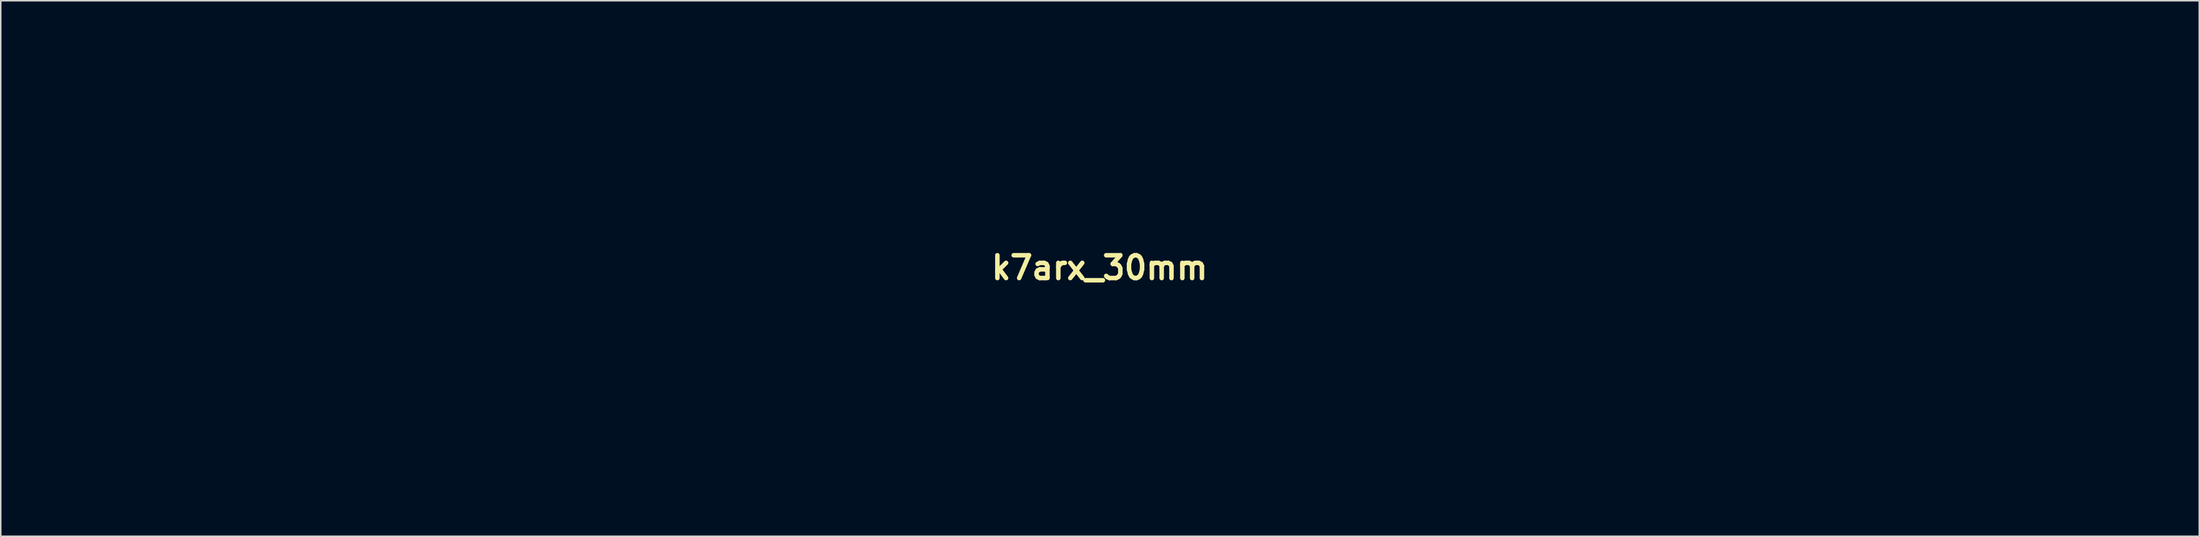
<source format=kicad_pcb>
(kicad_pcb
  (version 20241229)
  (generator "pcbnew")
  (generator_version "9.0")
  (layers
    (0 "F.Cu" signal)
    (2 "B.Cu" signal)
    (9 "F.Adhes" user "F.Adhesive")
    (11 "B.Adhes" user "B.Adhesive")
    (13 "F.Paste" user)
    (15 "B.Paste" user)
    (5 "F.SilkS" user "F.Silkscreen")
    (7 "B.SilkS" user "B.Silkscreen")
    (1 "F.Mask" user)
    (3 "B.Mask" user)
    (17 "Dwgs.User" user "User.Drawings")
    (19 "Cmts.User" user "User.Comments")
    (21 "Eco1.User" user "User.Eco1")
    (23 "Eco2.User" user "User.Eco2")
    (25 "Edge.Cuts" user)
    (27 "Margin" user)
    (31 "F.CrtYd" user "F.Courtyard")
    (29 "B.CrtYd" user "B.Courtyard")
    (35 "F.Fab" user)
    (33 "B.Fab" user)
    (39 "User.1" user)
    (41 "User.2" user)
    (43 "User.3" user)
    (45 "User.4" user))
  (footprint "k7arx_30mm"
    (layer "F.Cu")
    (at 70.295 14.835)
    (property "Reference" "k7arx_30mm" (at 0 0 0) (layer "F.SilkS") (effects (font (size 1.524 1.524) (thickness 0.3))))
    (attr through_hole)
    (fp_poly (pts (xy -38.474 -14.572) (xy -38.355 -14.564) (xy -38.19 -14.552) (xy -37.986 -14.536) (xy -37.752 -14.518) (xy -37.493 -14.496) (xy -37.216 -14.472) (xy -37.033 -14.456) (xy -36.46 -14.406) (xy -35.929 -14.361) (xy -35.433 -14.322) (xy -34.965 -14.288) (xy -34.515 -14.259) (xy -34.077 -14.234) (xy -33.644 -14.213) (xy -33.208 -14.195) (xy -32.761 -14.181) (xy -32.296 -14.171) (xy -31.805 -14.163) (xy -31.281 -14.157) (xy -30.716 -14.154) (xy -30.103 -14.152) (xy -29.748 -14.152) (xy -29.031 -14.153) (xy -28.366 -14.157) (xy -27.747 -14.163) (xy -27.165 -14.172) (xy -26.613 -14.184) (xy -26.084 -14.199) (xy -25.571 -14.217) (xy -25.065 -14.24) (xy -24.56 -14.266) (xy -24.049 -14.297) (xy -23.523 -14.332) (xy -23.036 -14.367) (xy -22.771 -14.386) (xy -22.523 -14.403) (xy -22.298 -14.417) (xy -22.103 -14.428) (xy -21.946 -14.435) (xy -21.833 -14.439) (xy -21.77 -14.438) (xy -21.762 -14.437) (xy -21.647 -14.376) (xy -21.52 -14.262) (xy -21.388 -14.101) (xy -21.252 -13.898) (xy -21.119 -13.657) (xy -21.105 -13.63) (xy -21.016 -13.439) (xy -20.926 -13.222) (xy -20.838 -12.988) (xy -20.756 -12.749) (xy -20.682 -12.515) (xy -20.621 -12.296) (xy -20.575 -12.104) (xy -20.548 -11.948) (xy -20.542 -11.867) (xy -20.55 -11.781) (xy -20.578 -11.694) (xy -20.631 -11.597) (xy -20.713 -11.484) (xy -20.829 -11.347) (xy -20.984 -11.178) (xy -21.011 -11.149) (xy -21.317 -10.824) (xy -21.591 -10.528) (xy -21.842 -10.251) (xy -22.083 -9.979) (xy -22.298 -9.731) (xy -23.155 -8.691) (xy -23.976 -7.614) (xy -24.757 -6.505) (xy -25.495 -5.368) (xy -26.189 -4.208) (xy -26.835 -3.029) (xy -27.43 -1.836) (xy -27.973 -0.633) (xy -28.46 0.575) (xy -28.768 1.424) (xy -29.1 2.439) (xy -29.39 3.436) (xy -29.639 4.429) (xy -29.852 5.429) (xy -30.03 6.448) (xy -30.175 7.498) (xy -30.278 8.457) (xy -30.291 8.631) (xy -30.303 8.851) (xy -30.313 9.11) (xy -30.321 9.398) (xy -30.327 9.708) (xy -30.332 10.032) (xy -30.334 10.362) (xy -30.335 10.691) (xy -30.334 11.009) (xy -30.331 11.31) (xy -30.326 11.584) (xy -30.318 11.825) (xy -30.309 12.024) (xy -30.298 12.174) (xy -30.294 12.205) (xy -30.257 12.476) (xy -30.208 12.765) (xy -30.152 13.057) (xy -30.092 13.337) (xy -30.03 13.589) (xy -29.97 13.797) (xy -29.969 13.802) (xy -29.905 14.028) (xy -29.862 14.233) (xy -29.847 14.364) (xy -29.841 14.486) (xy -29.846 14.567) (xy -29.865 14.628) (xy -29.9 14.688) (xy -29.903 14.693) (xy -29.978 14.778) (xy -30.067 14.851) (xy -30.078 14.858) (xy -30.096 14.868) (xy -30.117 14.877) (xy -30.143 14.884) (xy -30.178 14.891) (xy -30.226 14.897) (xy -30.291 14.902) (xy -30.377 14.907) (xy -30.485 14.91) (xy -30.622 14.913) (xy -30.789 14.916) (xy -30.991 14.918) (xy -31.231 14.919) (xy -31.513 14.92) (xy -31.84 14.921) (xy -32.216 14.922) (xy -32.645 14.923) (xy -33.13 14.924) (xy -33.152 14.924) (xy -33.571 14.924) (xy -33.974 14.924) (xy -34.357 14.924) (xy -34.716 14.923) (xy -35.047 14.922) (xy -35.345 14.92) (xy -35.606 14.918) (xy -35.826 14.916) (xy -36.002 14.913) (xy -36.128 14.911) (xy -36.2 14.908) (xy -36.215 14.906) (xy -36.359 14.844) (xy -36.494 14.74) (xy -36.605 14.608) (xy -36.673 14.466) (xy -36.674 14.461) (xy -36.691 14.359) (xy -36.701 14.199) (xy -36.704 13.981) (xy -36.7 13.706) (xy -36.69 13.374) (xy -36.675 13.03) (xy -36.586 11.774) (xy -36.44 10.502) (xy -36.237 9.215) (xy -35.977 7.913) (xy -35.661 6.598) (xy -35.288 5.269) (xy -34.86 3.929) (xy -34.375 2.577) (xy -33.836 1.214) (xy -33.24 -0.157) (xy -32.59 -1.538) (xy -31.886 -2.927) (xy -31.624 -3.419) (xy -31.223 -4.148) (xy -30.799 -4.888) (xy -30.358 -5.631) (xy -29.905 -6.366) (xy -29.447 -7.085) (xy -28.99 -7.778) (xy -28.54 -8.435) (xy -28.102 -9.048) (xy -27.982 -9.211) (xy -27.916 -9.304) (xy -27.87 -9.379) (xy -27.85 -9.423) (xy -27.851 -9.428) (xy -27.884 -9.432) (xy -27.972 -9.435) (xy -28.112 -9.437) (xy -28.3 -9.439) (xy -28.53 -9.441) (xy -28.799 -9.443) (xy -29.104 -9.444) (xy -29.438 -9.445) (xy -29.799 -9.446) (xy -30.182 -9.446) (xy -30.583 -9.446) (xy -30.998 -9.446) (xy -31.422 -9.446) (xy -31.852 -9.445) (xy -32.282 -9.445) (xy -32.71 -9.444) (xy -33.13 -9.442) (xy -33.539 -9.441) (xy -33.932 -9.439) (xy -34.304 -9.437) (xy -34.653 -9.435) (xy -34.974 -9.433) (xy -35.261 -9.43) (xy -35.512 -9.427) (xy -35.722 -9.424) (xy -35.887 -9.421) (xy -36.003 -9.418) (xy -36.046 -9.416) (xy -36.749 -9.354) (xy -37.41 -9.255) (xy -38.038 -9.117) (xy -38.639 -8.94) (xy -38.902 -8.846) (xy -39.035 -8.793) (xy -39.208 -8.721) (xy -39.405 -8.634) (xy -39.612 -8.541) (xy -39.814 -8.447) (xy -39.839 -8.435) (xy -40.096 -8.314) (xy -40.305 -8.217) (xy -40.475 -8.143) (xy -40.612 -8.087) (xy -40.723 -8.049) (xy -40.815 -8.024) (xy -40.894 -8.011) (xy -40.968 -8.007) (xy -40.975 -8.007) (xy -41.197 -8.028) (xy -41.388 -8.088) (xy -41.544 -8.184) (xy -41.659 -8.31) (xy -41.727 -8.462) (xy -41.743 -8.596) (xy -41.729 -8.762) (xy -41.688 -8.976) (xy -41.622 -9.23) (xy -41.534 -9.519) (xy -41.426 -9.837) (xy -41.301 -10.179) (xy -41.162 -10.539) (xy -41.01 -10.91) (xy -40.848 -11.288) (xy -40.678 -11.666) (xy -40.504 -12.04) (xy -40.326 -12.402) (xy -40.149 -12.747) (xy -39.973 -13.07) (xy -39.802 -13.364) (xy -39.639 -13.624) (xy -39.614 -13.661) (xy -39.433 -13.921) (xy -39.271 -14.131) (xy -39.125 -14.295) (xy -38.988 -14.417) (xy -38.856 -14.501) (xy -38.724 -14.552) (xy -38.587 -14.573) (xy -38.541 -14.574) (xy -38.474 -14.572)) (stroke (width 0.01) (type solid)) (fill yes) (layer "F.Mask"))
    (fp_poly (pts (xy -66.937 -14.349) (xy -66.576 -14.349) (xy -66.266 -14.348) (xy -66.003 -14.347) (xy -65.782 -14.345) (xy -65.6 -14.343) (xy -65.451 -14.34) (xy -65.332 -14.336) (xy -65.238 -14.331) (xy -65.164 -14.325) (xy -65.106 -14.318) (xy -65.061 -14.31) (xy -65.023 -14.301) (xy -65.009 -14.297) (xy -64.807 -14.211) (xy -64.646 -14.086) (xy -64.516 -13.916) (xy -64.475 -13.841) (xy -64.37 -13.635) (xy -64.373 -13.228) (xy -64.378 -13.045) (xy -64.388 -12.826) (xy -64.403 -12.597) (xy -64.42 -12.38) (xy -64.425 -12.325) (xy -64.457 -11.974) (xy -64.488 -11.596) (xy -64.517 -11.184) (xy -64.546 -10.736) (xy -64.574 -10.247) (xy -64.601 -9.712) (xy -64.628 -9.129) (xy -64.656 -8.491) (xy -64.67 -8.142) (xy -64.678 -7.916) (xy -64.687 -7.653) (xy -64.695 -7.356) (xy -64.703 -7.033) (xy -64.712 -6.687) (xy -64.72 -6.324) (xy -64.727 -5.95) (xy -64.735 -5.571) (xy -64.741 -5.19) (xy -64.748 -4.814) (xy -64.753 -4.448) (xy -64.758 -4.098) (xy -64.762 -3.769) (xy -64.765 -3.465) (xy -64.767 -3.193) (xy -64.768 -2.958) (xy -64.768 -2.765) (xy -64.766 -2.619) (xy -64.763 -2.527) (xy -64.762 -2.509) (xy -64.729 -2.313) (xy -64.67 -2.172) (xy -64.585 -2.084) (xy -64.474 -2.05) (xy -64.339 -2.071) (xy -64.179 -2.146) (xy -63.996 -2.276) (xy -63.995 -2.276) (xy -63.903 -2.352) (xy -63.774 -2.462) (xy -63.614 -2.601) (xy -63.429 -2.762) (xy -63.227 -2.939) (xy -63.015 -3.127) (xy -62.798 -3.319) (xy -62.584 -3.511) (xy -62.38 -3.694) (xy -62.192 -3.865) (xy -62.091 -3.957) (xy -61.621 -4.391) (xy -61.162 -4.819) (xy -60.712 -5.246) (xy -60.266 -5.674) (xy -59.822 -6.108) (xy -59.377 -6.549) (xy -58.926 -7.002) (xy -58.467 -7.47) (xy -57.996 -7.957) (xy -57.511 -8.466) (xy -57.007 -9) (xy -56.481 -9.563) (xy -55.931 -10.158) (xy -55.352 -10.788) (xy -54.742 -11.457) (xy -54.097 -12.169) (xy -54.038 -12.235) (xy -53.734 -12.571) (xy -53.467 -12.864) (xy -53.232 -13.119) (xy -53.026 -13.338) (xy -52.847 -13.524) (xy -52.689 -13.681) (xy -52.55 -13.811) (xy -52.425 -13.918) (xy -52.313 -14.004) (xy -52.208 -14.073) (xy -52.108 -14.127) (xy -52.009 -14.17) (xy -51.907 -14.204) (xy -51.799 -14.234) (xy -51.695 -14.258) (xy -51.653 -14.266) (xy -51.603 -14.273) (xy -51.542 -14.279) (xy -51.465 -14.285) (xy -51.37 -14.289) (xy -51.251 -14.293) (xy -51.107 -14.296) (xy -50.932 -14.298) (xy -50.722 -14.3) (xy -50.475 -14.3) (xy -50.186 -14.301) (xy -49.852 -14.301) (xy -49.468 -14.3) (xy -49.032 -14.299) (xy -48.626 -14.298) (xy -48.147 -14.296) (xy -47.725 -14.295) (xy -47.356 -14.293) (xy -47.035 -14.292) (xy -46.76 -14.29) (xy -46.526 -14.288) (xy -46.33 -14.285) (xy -46.169 -14.282) (xy -46.038 -14.279) (xy -45.935 -14.275) (xy -45.855 -14.27) (xy -45.794 -14.265) (xy -45.749 -14.258) (xy -45.717 -14.251) (xy -45.693 -14.243) (xy -45.678 -14.235) (xy -45.563 -14.141) (xy -45.49 -14.012) (xy -45.463 -13.859) (xy -45.483 -13.695) (xy -45.508 -13.621) (xy -45.542 -13.548) (xy -45.584 -13.474) (xy -45.638 -13.395) (xy -45.71 -13.306) (xy -45.801 -13.203) (xy -45.918 -13.081) (xy -46.063 -12.938) (xy -46.241 -12.767) (xy -46.455 -12.565) (xy -46.707 -12.331) (xy -47.5 -11.594) (xy -48.252 -10.893) (xy -48.967 -10.225) (xy -49.647 -9.587) (xy -50.298 -8.974) (xy -50.921 -8.384) (xy -51.522 -7.813) (xy -52.103 -7.257) (xy -52.669 -6.713) (xy -53.222 -6.178) (xy -53.767 -5.648) (xy -54.307 -5.119) (xy -54.846 -4.588) (xy -55.387 -4.052) (xy -55.934 -3.507) (xy -56.051 -3.391) (xy -56.331 -3.11) (xy -56.601 -2.839) (xy -56.857 -2.581) (xy -57.097 -2.338) (xy -57.317 -2.115) (xy -57.513 -1.914) (xy -57.683 -1.739) (xy -57.822 -1.594) (xy -57.928 -1.482) (xy -57.998 -1.406) (xy -58.024 -1.375) (xy -58.123 -1.229) (xy -58.177 -1.108) (xy -58.186 -1) (xy -58.148 -0.891) (xy -58.064 -0.767) (xy -58.003 -0.694) (xy -57.951 -0.633) (xy -57.865 -0.532) (xy -57.752 -0.399) (xy -57.616 -0.239) (xy -57.464 -0.06) (xy -57.3 0.133) (xy -57.148 0.312) (xy -56.666 0.881) (xy -56.194 1.436) (xy -55.734 1.974) (xy -55.289 2.494) (xy -54.862 2.991) (xy -54.455 3.464) (xy -54.071 3.909) (xy -53.712 4.322) (xy -53.381 4.702) (xy -53.08 5.045) (xy -52.812 5.349) (xy -52.579 5.61) (xy -52.54 5.653) (xy -51.696 6.578) (xy -50.875 7.452) (xy -50.076 8.278) (xy -49.295 9.058) (xy -48.528 9.795) (xy -47.775 10.491) (xy -47.031 11.151) (xy -46.294 11.775) (xy -45.687 12.267) (xy -45.593 12.342) (xy -45.464 12.445) (xy -45.314 12.564) (xy -45.155 12.69) (xy -45.04 12.782) (xy -44.796 12.984) (xy -44.576 13.18) (xy -44.386 13.365) (xy -44.234 13.532) (xy -44.124 13.675) (xy -44.098 13.717) (xy -44.009 13.913) (xy -43.961 14.12) (xy -43.958 14.318) (xy -43.962 14.347) (xy -44.009 14.532) (xy -44.086 14.675) (xy -44.203 14.789) (xy -44.323 14.863) (xy -44.341 14.872) (xy -44.364 14.88) (xy -44.394 14.887) (xy -44.436 14.893) (xy -44.492 14.898) (xy -44.566 14.903) (xy -44.661 14.907) (xy -44.781 14.91) (xy -44.929 14.913) (xy -45.109 14.916) (xy -45.323 14.918) (xy -45.576 14.92) (xy -45.87 14.922) (xy -46.21 14.923) (xy -46.597 14.924) (xy -47.037 14.926) (xy -47.531 14.927) (xy -47.756 14.928) (xy -48.364 14.929) (xy -48.912 14.929) (xy -49.401 14.929) (xy -49.833 14.928) (xy -50.208 14.927) (xy -50.527 14.924) (xy -50.79 14.921) (xy -50.999 14.917) (xy -51.154 14.913) (xy -51.256 14.908) (xy -51.295 14.904) (xy -51.446 14.869) (xy -51.61 14.815) (xy -51.717 14.769) (xy -51.856 14.688) (xy -52.002 14.576) (xy -52.159 14.426) (xy -52.332 14.235) (xy -52.525 13.998) (xy -52.659 13.823) (xy -53.057 13.299) (xy -53.465 12.77) (xy -53.885 12.234) (xy -54.319 11.688) (xy -54.771 11.129) (xy -55.241 10.554) (xy -55.733 9.961) (xy -56.249 9.347) (xy -56.791 8.708) (xy -57.362 8.044) (xy -57.963 7.349) (xy -58.597 6.623) (xy -59.267 5.862) (xy -59.974 5.062) (xy -60.609 4.348) (xy -60.894 4.03) (xy -61.142 3.753) (xy -61.356 3.515) (xy -61.541 3.312) (xy -61.698 3.142) (xy -61.831 3) (xy -61.943 2.883) (xy -62.038 2.789) (xy -62.118 2.713) (xy -62.186 2.654) (xy -62.246 2.606) (xy -62.3 2.568) (xy -62.3 2.568) (xy -62.369 2.526) (xy -62.431 2.499) (xy -62.493 2.492) (xy -62.562 2.507) (xy -62.645 2.547) (xy -62.749 2.616) (xy -62.88 2.716) (xy -63.047 2.849) (xy -63.156 2.939) (xy -63.471 3.2) (xy -63.74 3.431) (xy -63.969 3.636) (xy -64.159 3.82) (xy -64.316 3.986) (xy -64.442 4.141) (xy -64.541 4.289) (xy -64.616 4.433) (xy -64.672 4.579) (xy -64.712 4.732) (xy -64.74 4.896) (xy -64.749 4.978) (xy -64.756 5.092) (xy -64.76 5.262) (xy -64.76 5.483) (xy -64.756 5.75) (xy -64.75 6.058) (xy -64.741 6.404) (xy -64.729 6.783) (xy -64.715 7.191) (xy -64.698 7.622) (xy -64.68 8.073) (xy -64.659 8.538) (xy -64.636 9.014) (xy -64.612 9.495) (xy -64.587 9.978) (xy -64.56 10.458) (xy -64.532 10.93) (xy -64.503 11.391) (xy -64.49 11.59) (xy -64.46 12.043) (xy -64.434 12.44) (xy -64.412 12.785) (xy -64.395 13.084) (xy -64.382 13.339) (xy -64.373 13.556) (xy -64.369 13.738) (xy -64.369 13.89) (xy -64.374 14.016) (xy -64.383 14.12) (xy -64.397 14.206) (xy -64.415 14.279) (xy -64.438 14.343) (xy -64.465 14.402) (xy -64.497 14.46) (xy -64.514 14.488) (xy -64.633 14.636) (xy -64.799 14.764) (xy -64.997 14.864) (xy -65.044 14.881) (xy -65.092 14.887) (xy -65.193 14.893) (xy -65.343 14.898) (xy -65.535 14.903) (xy -65.763 14.908) (xy -66.021 14.912) (xy -66.304 14.916) (xy -66.605 14.919) (xy -66.918 14.921) (xy -67.238 14.923) (xy -67.559 14.925) (xy -67.873 14.925) (xy -68.177 14.925) (xy -68.463 14.924) (xy -68.726 14.923) (xy -68.959 14.921) (xy -69.158 14.918) (xy -69.315 14.914) (xy -69.425 14.909) (xy -69.476 14.904) (xy -69.71 14.841) (xy -69.913 14.73) (xy -70.08 14.575) (xy -70.204 14.38) (xy -70.236 14.307) (xy -70.257 14.247) (xy -70.273 14.189) (xy -70.283 14.124) (xy -70.289 14.042) (xy -70.29 13.932) (xy -70.288 13.786) (xy -70.284 13.592) (xy -70.282 13.525) (xy -70.274 13.293) (xy -70.262 13.024) (xy -70.248 12.74) (xy -70.233 12.464) (xy -70.219 12.235) (xy -70.188 11.749) (xy -70.158 11.209) (xy -70.127 10.623) (xy -70.097 9.995) (xy -70.068 9.334) (xy -70.04 8.645) (xy -70.013 7.936) (xy -69.987 7.211) (xy -69.963 6.479) (xy -69.941 5.745) (xy -69.92 5.016) (xy -69.903 4.299) (xy -69.887 3.6) (xy -69.875 2.924) (xy -69.87 2.624) (xy -69.854 0.812) (xy -69.857 -1.044) (xy -69.879 -2.933) (xy -69.92 -4.842) (xy -69.979 -6.76) (xy -70.056 -8.673) (xy -70.151 -10.571) (xy -70.221 -11.755) (xy -70.237 -12.039) (xy -70.252 -12.316) (xy -70.265 -12.58) (xy -70.275 -12.822) (xy -70.282 -13.032) (xy -70.286 -13.202) (xy -70.287 -13.322) (xy -70.286 -13.345) (xy -70.279 -13.503) (xy -70.269 -13.616) (xy -70.253 -13.702) (xy -70.228 -13.775) (xy -70.196 -13.841) (xy -70.065 -14.031) (xy -69.888 -14.182) (xy -69.704 -14.278) (xy -69.528 -14.349) (xy -67.353 -14.349) (xy -66.937 -14.349)) (stroke (width 0.01) (type solid)) (fill yes) (layer "F.Mask"))
    (fp_poly (pts (xy 22.533 -14.365) (xy 23.067 -14.365) (xy 23.593 -14.364) (xy 24.106 -14.363) (xy 24.603 -14.362) (xy 25.081 -14.361) (xy 25.537 -14.359) (xy 25.966 -14.357) (xy 26.366 -14.355) (xy 26.734 -14.353) (xy 27.065 -14.35) (xy 27.356 -14.347) (xy 27.604 -14.344) (xy 27.805 -14.341) (xy 27.956 -14.337) (xy 28.042 -14.334) (xy 28.58 -14.304) (xy 29.07 -14.268) (xy 29.524 -14.224) (xy 29.953 -14.173) (xy 30.369 -14.112) (xy 30.784 -14.039) (xy 30.903 -14.017) (xy 31.67 -13.845) (xy 32.39 -13.639) (xy 33.062 -13.397) (xy 33.686 -13.119) (xy 34.261 -12.806) (xy 34.789 -12.459) (xy 35.268 -12.075) (xy 35.699 -11.657) (xy 36.081 -11.204) (xy 36.415 -10.716) (xy 36.7 -10.194) (xy 36.79 -9.999) (xy 36.965 -9.553) (xy 37.116 -9.073) (xy 37.235 -8.581) (xy 37.288 -8.292) (xy 37.328 -8.034) (xy 37.358 -7.814) (xy 37.38 -7.614) (xy 37.395 -7.419) (xy 37.403 -7.211) (xy 37.408 -6.974) (xy 37.408 -6.732) (xy 37.396 -6.208) (xy 37.36 -5.726) (xy 37.296 -5.271) (xy 37.205 -4.831) (xy 37.082 -4.391) (xy 37.059 -4.318) (xy 36.837 -3.714) (xy 36.565 -3.127) (xy 36.239 -2.555) (xy 35.86 -1.995) (xy 35.425 -1.443) (xy 34.932 -0.898) (xy 34.757 -0.72) (xy 34.426 -0.398) (xy 34.084 -0.085) (xy 33.727 0.224) (xy 33.347 0.535) (xy 32.939 0.85) (xy 32.498 1.176) (xy 32.016 1.516) (xy 31.49 1.875) (xy 31.223 2.053) (xy 31.031 2.181) (xy 30.855 2.302) (xy 30.699 2.409) (xy 30.573 2.5) (xy 30.48 2.568) (xy 30.43 2.611) (xy 30.423 2.618) (xy 30.383 2.724) (xy 30.385 2.856) (xy 30.427 2.997) (xy 30.461 3.063) (xy 30.481 3.096) (xy 30.511 3.141) (xy 30.553 3.2) (xy 30.607 3.277) (xy 30.677 3.374) (xy 30.764 3.494) (xy 30.87 3.639) (xy 30.997 3.811) (xy 31.147 4.014) (xy 31.322 4.249) (xy 31.523 4.521) (xy 31.753 4.83) (xy 32.014 5.18) (xy 32.307 5.574) (xy 32.553 5.904) (xy 32.886 6.35) (xy 33.19 6.753) (xy 33.469 7.12) (xy 33.729 7.457) (xy 33.975 7.771) (xy 34.211 8.068) (xy 34.443 8.354) (xy 34.677 8.636) (xy 34.916 8.921) (xy 35.166 9.213) (xy 35.245 9.305) (xy 35.563 9.669) (xy 35.907 10.052) (xy 36.269 10.447) (xy 36.643 10.847) (xy 37.022 11.245) (xy 37.399 11.633) (xy 37.768 12.006) (xy 38.121 12.356) (xy 38.453 12.676) (xy 38.756 12.959) (xy 38.859 13.054) (xy 39.088 13.27) (xy 39.281 13.476) (xy 39.435 13.665) (xy 39.546 13.833) (xy 39.61 13.975) (xy 39.613 13.985) (xy 39.636 14.12) (xy 39.639 14.271) (xy 39.637 14.3) (xy 39.594 14.507) (xy 39.508 14.673) (xy 39.378 14.798) (xy 39.205 14.881) (xy 39.119 14.904) (xy 39.064 14.91) (xy 38.959 14.915) (xy 38.803 14.919) (xy 38.594 14.923) (xy 38.332 14.926) (xy 38.015 14.928) (xy 37.643 14.929) (xy 37.214 14.929) (xy 36.728 14.929) (xy 36.184 14.928) (xy 35.865 14.927) (xy 32.762 14.919) (xy 32.585 14.851) (xy 32.376 14.761) (xy 32.204 14.656) (xy 32.044 14.523) (xy 32.004 14.485) (xy 31.935 14.416) (xy 31.869 14.347) (xy 31.803 14.273) (xy 31.734 14.19) (xy 31.659 14.094) (xy 31.574 13.981) (xy 31.476 13.846) (xy 31.363 13.685) (xy 31.231 13.494) (xy 31.077 13.268) (xy 30.898 13.004) (xy 30.691 12.697) (xy 30.542 12.475) (xy 30.066 11.769) (xy 29.614 11.107) (xy 29.179 10.478) (xy 28.755 9.875) (xy 28.336 9.288) (xy 27.915 8.709) (xy 27.486 8.129) (xy 27.042 7.538) (xy 26.578 6.928) (xy 26.086 6.291) (xy 25.98 6.155) (xy 25.76 5.875) (xy 25.568 5.643) (xy 25.402 5.454) (xy 25.258 5.304) (xy 25.132 5.192) (xy 25.021 5.113) (xy 24.92 5.063) (xy 24.827 5.041) (xy 24.784 5.038) (xy 24.706 5.047) (xy 24.578 5.073) (xy 24.408 5.114) (xy 24.203 5.168) (xy 23.969 5.233) (xy 23.713 5.306) (xy 23.444 5.387) (xy 23.168 5.472) (xy 22.892 5.559) (xy 22.623 5.647) (xy 22.465 5.701) (xy 22.331 5.746) (xy 22.217 5.783) (xy 22.135 5.809) (xy 22.098 5.818) (xy 22.093 5.788) (xy 22.089 5.703) (xy 22.085 5.565) (xy 22.082 5.379) (xy 22.079 5.149) (xy 22.076 4.878) (xy 22.074 4.571) (xy 22.073 4.23) (xy 22.072 3.861) (xy 22.071 3.468) (xy 22.071 1.118) (xy 22.604 0.946) (xy 23.438 0.662) (xy 24.256 0.356) (xy 25.051 0.031) (xy 25.813 -0.309) (xy 26.535 -0.66) (xy 27.206 -1.018) (xy 27.304 -1.074) (xy 28.004 -1.494) (xy 28.649 -1.925) (xy 29.238 -2.368) (xy 29.771 -2.82) (xy 30.247 -3.282) (xy 30.665 -3.754) (xy 31.026 -4.234) (xy 31.328 -4.722) (xy 31.532 -5.128) (xy 31.706 -5.57) (xy 31.828 -6.009) (xy 31.9 -6.442) (xy 31.922 -6.865) (xy 31.895 -7.273) (xy 31.818 -7.663) (xy 31.692 -8.03) (xy 31.518 -8.37) (xy 31.295 -8.679) (xy 31.211 -8.774) (xy 30.925 -9.037) (xy 30.592 -9.27) (xy 30.215 -9.469) (xy 29.801 -9.632) (xy 29.353 -9.756) (xy 29.27 -9.774) (xy 29.162 -9.796) (xy 29.059 -9.816) (xy 28.957 -9.834) (xy 28.852 -9.849) (xy 28.742 -9.863) (xy 28.622 -9.875) (xy 28.489 -9.886) (xy 28.338 -9.894) (xy 28.167 -9.902) (xy 27.972 -9.908) (xy 27.748 -9.913) (xy 27.493 -9.917) (xy 27.202 -9.92) (xy 26.873 -9.922) (xy 26.501 -9.924) (xy 26.082 -9.925) (xy 25.613 -9.925) (xy 25.091 -9.926) (xy 24.678 -9.926) (xy 24.132 -9.926) (xy 23.642 -9.926) (xy 23.206 -9.926) (xy 22.82 -9.925) (xy 22.481 -9.924) (xy 22.185 -9.923) (xy 21.93 -9.92) (xy 21.711 -9.916) (xy 21.527 -9.911) (xy 21.373 -9.905) (xy 21.246 -9.897) (xy 21.144 -9.887) (xy 21.062 -9.876) (xy 20.997 -9.862) (xy 20.946 -9.846) (xy 20.907 -9.827) (xy 20.875 -9.806) (xy 20.847 -9.782) (xy 20.82 -9.756) (xy 20.791 -9.726) (xy 20.786 -9.72) (xy 20.766 -9.703) (xy 20.749 -9.689) (xy 20.732 -9.677) (xy 20.717 -9.664) (xy 20.702 -9.649) (xy 20.689 -9.629) (xy 20.677 -9.603) (xy 20.666 -9.568) (xy 20.655 -9.522) (xy 20.646 -9.465) (xy 20.638 -9.392) (xy 20.63 -9.303) (xy 20.623 -9.196) (xy 20.617 -9.068) (xy 20.612 -8.918) (xy 20.607 -8.743) (xy 20.603 -8.541) (xy 20.599 -8.311) (xy 20.596 -8.05) (xy 20.594 -7.757) (xy 20.592 -7.429) (xy 20.59 -7.064) (xy 20.589 -6.661) (xy 20.588 -6.218) (xy 20.587 -5.732) (xy 20.587 -5.201) (xy 20.587 -4.623) (xy 20.587 -3.997) (xy 20.587 -3.32) (xy 20.587 -2.591) (xy 20.587 -1.807) (xy 20.587 -0.967) (xy 20.587 -0.375) (xy 20.587 0.525) (xy 20.587 1.368) (xy 20.587 2.155) (xy 20.587 2.891) (xy 20.588 3.576) (xy 20.588 4.215) (xy 20.589 4.809) (xy 20.59 5.361) (xy 20.591 5.874) (xy 20.593 6.35) (xy 20.595 6.792) (xy 20.597 7.202) (xy 20.6 7.583) (xy 20.603 7.938) (xy 20.607 8.269) (xy 20.612 8.578) (xy 20.617 8.868) (xy 20.622 9.143) (xy 20.629 9.403) (xy 20.636 9.653) (xy 20.644 9.894) (xy 20.653 10.13) (xy 20.662 10.362) (xy 20.673 10.593) (xy 20.684 10.826) (xy 20.697 11.063) (xy 20.71 11.308) (xy 20.724 11.562) (xy 20.74 11.828) (xy 20.757 12.109) (xy 20.774 12.407) (xy 20.785 12.58) (xy 20.805 12.931) (xy 20.82 13.228) (xy 20.83 13.478) (xy 20.835 13.685) (xy 20.835 13.855) (xy 20.829 13.996) (xy 20.817 14.112) (xy 20.799 14.209) (xy 20.776 14.293) (xy 20.746 14.371) (xy 20.738 14.389) (xy 20.631 14.571) (xy 20.489 14.713) (xy 20.304 14.824) (xy 20.249 14.848) (xy 20.077 14.919) (xy 17.783 14.923) (xy 17.413 14.924) (xy 17.058 14.924) (xy 16.723 14.923) (xy 16.412 14.922) (xy 16.13 14.92) (xy 15.884 14.918) (xy 15.676 14.915) (xy 15.513 14.912) (xy 15.4 14.909) (xy 15.341 14.906) (xy 15.339 14.905) (xy 15.105 14.844) (xy 14.903 14.741) (xy 14.739 14.599) (xy 14.619 14.424) (xy 14.564 14.282) (xy 14.546 14.209) (xy 14.533 14.128) (xy 14.523 14.033) (xy 14.518 13.917) (xy 14.517 13.776) (xy 14.521 13.602) (xy 14.528 13.391) (xy 14.54 13.137) (xy 14.557 12.833) (xy 14.574 12.54) (xy 14.63 11.561) (xy 14.681 10.633) (xy 14.726 9.75) (xy 14.767 8.903) (xy 14.802 8.086) (xy 14.832 7.29) (xy 14.858 6.508) (xy 14.88 5.731) (xy 14.897 4.953) (xy 14.911 4.166) (xy 14.92 3.362) (xy 14.926 2.533) (xy 14.929 1.672) (xy 14.929 0.771) (xy 14.926 -0.178) (xy 14.925 -0.435) (xy 14.92 -1.14) (xy 14.916 -1.791) (xy 14.91 -2.397) (xy 14.904 -2.963) (xy 14.896 -3.496) (xy 14.887 -4.004) (xy 14.877 -4.493) (xy 14.864 -4.969) (xy 14.85 -5.441) (xy 14.834 -5.914) (xy 14.816 -6.395) (xy 14.795 -6.892) (xy 14.772 -7.411) (xy 14.745 -7.959) (xy 14.716 -8.543) (xy 14.694 -8.966) (xy 14.666 -9.519) (xy 14.64 -10.016) (xy 14.617 -10.46) (xy 14.597 -10.856) (xy 14.58 -11.206) (xy 14.565 -11.516) (xy 14.553 -11.787) (xy 14.543 -12.025) (xy 14.534 -12.232) (xy 14.528 -12.414) (xy 14.523 -12.572) (xy 14.52 -12.711) (xy 14.519 -12.835) (xy 14.518 -12.947) (xy 14.519 -13.052) (xy 14.52 -13.152) (xy 14.521 -13.16) (xy 14.526 -13.358) (xy 14.532 -13.507) (xy 14.54 -13.616) (xy 14.552 -13.698) (xy 14.569 -13.762) (xy 14.592 -13.82) (xy 14.594 -13.825) (xy 14.713 -14.013) (xy 14.877 -14.162) (xy 15.086 -14.271) (xy 15.288 -14.331) (xy 15.336 -14.334) (xy 15.44 -14.338) (xy 15.598 -14.341) (xy 15.805 -14.345) (xy 16.058 -14.348) (xy 16.355 -14.35) (xy 16.69 -14.353) (xy 17.062 -14.355) (xy 17.466 -14.357) (xy 17.898 -14.359) (xy 18.357 -14.361) (xy 18.838 -14.362) (xy 19.337 -14.363) (xy 19.852 -14.364) (xy 20.378 -14.365) (xy 20.913 -14.365) (xy 21.453 -14.366) (xy 21.994 -14.366) (xy 22.533 -14.365)) (stroke (width 0.01) (type solid)) (fill yes) (layer "F.Mask"))
    (fp_poly (pts (xy 48.524 -14.349) (xy 48.872 -14.349) (xy 49.174 -14.347) (xy 49.434 -14.344) (xy 49.656 -14.34) (xy 49.844 -14.335) (xy 50 -14.327) (xy 50.128 -14.317) (xy 50.233 -14.305) (xy 50.317 -14.29) (xy 50.385 -14.272) (xy 50.439 -14.251) (xy 50.484 -14.226) (xy 50.523 -14.197) (xy 50.56 -14.165) (xy 50.599 -14.127) (xy 50.642 -14.086) (xy 50.642 -14.085) (xy 50.693 -14.035) (xy 50.742 -13.984) (xy 50.791 -13.927) (xy 50.844 -13.858) (xy 50.904 -13.772) (xy 50.976 -13.663) (xy 51.061 -13.528) (xy 51.165 -13.36) (xy 51.29 -13.155) (xy 51.44 -12.907) (xy 51.562 -12.705) (xy 51.722 -12.438) (xy 51.858 -12.213) (xy 51.976 -12.019) (xy 52.08 -11.847) (xy 52.178 -11.687) (xy 52.276 -11.529) (xy 52.378 -11.364) (xy 52.493 -11.181) (xy 52.616 -10.983) (xy 52.713 -10.828) (xy 52.806 -10.68) (xy 52.887 -10.55) (xy 52.948 -10.452) (xy 52.972 -10.413) (xy 53.026 -10.328) (xy 53.11 -10.198) (xy 53.221 -10.03) (xy 53.354 -9.827) (xy 53.507 -9.595) (xy 53.677 -9.34) (xy 53.858 -9.067) (xy 54.049 -8.781) (xy 54.246 -8.487) (xy 54.444 -8.191) (xy 54.641 -7.897) (xy 54.833 -7.611) (xy 55.016 -7.339) (xy 55.187 -7.085) (xy 55.343 -6.855) (xy 55.48 -6.654) (xy 55.55 -6.552) (xy 55.703 -6.331) (xy 55.851 -6.121) (xy 55.988 -5.928) (xy 56.11 -5.76) (xy 56.213 -5.621) (xy 56.293 -5.519) (xy 56.344 -5.459) (xy 56.352 -5.451) (xy 56.461 -5.365) (xy 56.566 -5.318) (xy 56.669 -5.311) (xy 56.776 -5.347) (xy 56.89 -5.429) (xy 57.016 -5.558) (xy 57.158 -5.736) (xy 57.321 -5.968) (xy 57.322 -5.97) (xy 57.409 -6.098) (xy 57.52 -6.261) (xy 57.645 -6.443) (xy 57.772 -6.629) (xy 57.874 -6.776) (xy 58.401 -7.546) (xy 58.897 -8.279) (xy 59.367 -8.985) (xy 59.818 -9.673) (xy 60.256 -10.354) (xy 60.687 -11.036) (xy 61.118 -11.73) (xy 61.555 -12.446) (xy 61.74 -12.752) (xy 61.875 -12.976) (xy 62.006 -13.19) (xy 62.127 -13.387) (xy 62.235 -13.561) (xy 62.325 -13.703) (xy 62.393 -13.808) (xy 62.432 -13.865) (xy 62.6 -14.06) (xy 62.774 -14.201) (xy 62.962 -14.291) (xy 62.969 -14.293) (xy 62.999 -14.302) (xy 63.033 -14.311) (xy 63.074 -14.318) (xy 63.126 -14.324) (xy 63.193 -14.329) (xy 63.277 -14.334) (xy 63.384 -14.338) (xy 63.516 -14.341) (xy 63.678 -14.343) (xy 63.872 -14.345) (xy 64.103 -14.347) (xy 64.374 -14.348) (xy 64.69 -14.349) (xy 65.053 -14.349) (xy 65.467 -14.349) (xy 65.936 -14.349) (xy 66.109 -14.349) (xy 69.078 -14.349) (xy 69.21 -14.274) (xy 69.34 -14.176) (xy 69.417 -14.054) (xy 69.445 -13.903) (xy 69.443 -13.82) (xy 69.435 -13.746) (xy 69.423 -13.674) (xy 69.404 -13.602) (xy 69.376 -13.524) (xy 69.336 -13.439) (xy 69.282 -13.341) (xy 69.211 -13.226) (xy 69.121 -13.092) (xy 69.01 -12.934) (xy 68.874 -12.749) (xy 68.711 -12.532) (xy 68.519 -12.28) (xy 68.296 -11.989) (xy 68.038 -11.655) (xy 67.994 -11.598) (xy 67.778 -11.317) (xy 67.567 -11.044) (xy 67.365 -10.782) (xy 67.175 -10.537) (xy 67.003 -10.313) (xy 66.851 -10.116) (xy 66.723 -9.95) (xy 66.623 -9.82) (xy 66.555 -9.731) (xy 66.54 -9.711) (xy 66.436 -9.575) (xy 66.311 -9.411) (xy 66.179 -9.238) (xy 66.054 -9.075) (xy 66.036 -9.051) (xy 65.821 -8.769) (xy 65.575 -8.445) (xy 65.304 -8.086) (xy 65.011 -7.698) (xy 64.703 -7.288) (xy 64.384 -6.861) (xy 64.058 -6.426) (xy 63.732 -5.987) (xy 63.408 -5.553) (xy 63.093 -5.128) (xy 62.791 -4.72) (xy 62.508 -4.336) (xy 62.247 -3.981) (xy 62.014 -3.662) (xy 62 -3.644) (xy 61.868 -3.462) (xy 61.734 -3.279) (xy 61.607 -3.105) (xy 61.495 -2.953) (xy 61.408 -2.834) (xy 61.386 -2.804) (xy 61.294 -2.678) (xy 61.18 -2.522) (xy 61.056 -2.352) (xy 60.937 -2.186) (xy 60.907 -2.144) (xy 60.801 -1.997) (xy 60.698 -1.855) (xy 60.607 -1.729) (xy 60.537 -1.634) (xy 60.516 -1.604) (xy 60.279 -1.28) (xy 60.08 -1.003) (xy 59.918 -0.772) (xy 59.793 -0.587) (xy 59.706 -0.448) (xy 59.657 -0.355) (xy 59.645 -0.326) (xy 59.63 -0.235) (xy 59.636 -0.141) (xy 59.665 -0.037) (xy 59.722 0.086) (xy 59.809 0.234) (xy 59.93 0.415) (xy 60.029 0.555) (xy 60.142 0.712) (xy 60.28 0.904) (xy 60.433 1.117) (xy 60.591 1.337) (xy 60.744 1.551) (xy 60.815 1.649) (xy 61.329 2.362) (xy 61.86 3.092) (xy 62.402 3.833) (xy 62.952 4.579) (xy 63.504 5.323) (xy 64.055 6.06) (xy 64.599 6.783) (xy 65.132 7.487) (xy 65.649 8.164) (xy 66.146 8.809) (xy 66.618 9.417) (xy 67.007 9.911) (xy 67.385 10.388) (xy 67.768 10.869) (xy 68.15 11.345) (xy 68.524 11.81) (xy 68.886 12.257) (xy 69.229 12.678) (xy 69.548 13.066) (xy 69.837 13.414) (xy 69.854 13.435) (xy 70.02 13.651) (xy 70.156 13.863) (xy 70.215 13.974) (xy 70.275 14.106) (xy 70.312 14.207) (xy 70.331 14.297) (xy 70.337 14.399) (xy 70.337 14.434) (xy 70.336 14.544) (xy 70.325 14.615) (xy 70.298 14.668) (xy 70.245 14.724) (xy 70.214 14.753) (xy 70.094 14.843) (xy 69.959 14.895) (xy 69.927 14.902) (xy 69.876 14.908) (xy 69.785 14.914) (xy 69.653 14.918) (xy 69.478 14.922) (xy 69.256 14.925) (xy 68.987 14.927) (xy 68.668 14.929) (xy 68.298 14.93) (xy 67.873 14.93) (xy 67.393 14.929) (xy 66.887 14.928) (xy 64.01 14.919) (xy 63.831 14.847) (xy 63.648 14.747) (xy 63.47 14.601) (xy 63.313 14.424) (xy 63.261 14.349) (xy 63.219 14.281) (xy 63.151 14.171) (xy 63.063 14.028) (xy 62.962 13.861) (xy 62.851 13.679) (xy 62.774 13.553) (xy 62.663 13.368) (xy 62.558 13.195) (xy 62.464 13.04) (xy 62.386 12.914) (xy 62.331 12.825) (xy 62.308 12.788) (xy 62.263 12.716) (xy 62.196 12.608) (xy 62.115 12.478) (xy 62.03 12.341) (xy 62.029 12.34) (xy 61.823 12.011) (xy 61.588 11.64) (xy 61.328 11.237) (xy 61.049 10.81) (xy 60.756 10.365) (xy 60.455 9.913) (xy 60.152 9.459) (xy 59.85 9.013) (xy 59.556 8.583) (xy 59.275 8.176) (xy 59.168 8.022) (xy 59.082 7.899) (xy 58.971 7.74) (xy 58.842 7.556) (xy 58.705 7.36) (xy 58.567 7.163) (xy 58.507 7.077) (xy 58.368 6.878) (xy 58.22 6.667) (xy 58.073 6.459) (xy 57.937 6.268) (xy 57.823 6.106) (xy 57.788 6.058) (xy 57.659 5.877) (xy 57.512 5.671) (xy 57.365 5.464) (xy 57.232 5.277) (xy 57.212 5.248) (xy 57.111 5.108) (xy 57.018 4.982) (xy 56.94 4.879) (xy 56.884 4.81) (xy 56.864 4.788) (xy 56.765 4.735) (xy 56.641 4.715) (xy 56.517 4.732) (xy 56.473 4.75) (xy 56.413 4.797) (xy 56.334 4.879) (xy 56.25 4.981) (xy 56.221 5.02) (xy 56.171 5.091) (xy 56.09 5.205) (xy 55.984 5.355) (xy 55.855 5.538) (xy 55.708 5.746) (xy 55.547 5.973) (xy 55.377 6.214) (xy 55.201 6.464) (xy 55.023 6.715) (xy 54.849 6.962) (xy 54.681 7.2) (xy 54.525 7.423) (xy 54.383 7.623) (xy 54.337 7.688) (xy 53.454 8.963) (xy 52.591 10.248) (xy 51.757 11.532) (xy 50.958 12.802) (xy 50.517 13.525) (xy 50.407 13.706) (xy 50.3 13.882) (xy 50.202 14.042) (xy 50.119 14.175) (xy 50.059 14.272) (xy 50.045 14.294) (xy 49.889 14.502) (xy 49.712 14.675) (xy 49.526 14.803) (xy 49.435 14.847) (xy 49.256 14.919) (xy 46.347 14.924) (xy 45.932 14.924) (xy 45.534 14.924) (xy 45.155 14.924) (xy 44.801 14.923) (xy 44.475 14.922) (xy 44.182 14.92) (xy 43.926 14.918) (xy 43.712 14.916) (xy 43.543 14.914) (xy 43.423 14.911) (xy 43.358 14.908) (xy 43.348 14.907) (xy 43.167 14.839) (xy 43.037 14.738) (xy 42.957 14.606) (xy 42.929 14.443) (xy 42.954 14.252) (xy 42.956 14.244) (xy 42.991 14.127) (xy 43.036 14.013) (xy 43.096 13.895) (xy 43.175 13.766) (xy 43.28 13.618) (xy 43.413 13.445) (xy 43.58 13.237) (xy 43.665 13.135) (xy 44.401 12.24) (xy 45.161 11.299) (xy 45.941 10.321) (xy 46.735 9.311) (xy 47.536 8.276) (xy 48.342 7.223) (xy 49.144 6.16) (xy 49.389 5.833) (xy 49.61 5.537) (xy 49.801 5.28) (xy 49.97 5.054) (xy 50.122 4.849) (xy 50.265 4.657) (xy 50.404 4.468) (xy 50.547 4.275) (xy 50.699 4.067) (xy 50.868 3.837) (xy 51.059 3.576) (xy 51.188 3.4) (xy 51.305 3.24) (xy 51.429 3.07) (xy 51.548 2.909) (xy 51.648 2.773) (xy 51.67 2.744) (xy 51.767 2.61) (xy 51.885 2.449) (xy 52.007 2.28) (xy 52.114 2.129) (xy 52.23 1.966) (xy 52.365 1.778) (xy 52.501 1.588) (xy 52.622 1.42) (xy 52.831 1.129) (xy 53.009 0.882) (xy 53.157 0.675) (xy 53.278 0.504) (xy 53.375 0.364) (xy 53.451 0.252) (xy 53.509 0.162) (xy 53.552 0.091) (xy 53.582 0.034) (xy 53.603 -0.014) (xy 53.616 -0.055) (xy 53.625 -0.096) (xy 53.63 -0.121) (xy 53.636 -0.219) (xy 53.616 -0.325) (xy 53.566 -0.446) (xy 53.483 -0.59) (xy 53.364 -0.767) (xy 53.319 -0.829) (xy 53.198 -0.995) (xy 53.063 -1.181) (xy 52.929 -1.365) (xy 52.823 -1.512) (xy 52.755 -1.605) (xy 52.656 -1.741) (xy 52.532 -1.912) (xy 52.387 -2.112) (xy 52.225 -2.334) (xy 52.051 -2.573) (xy 51.871 -2.82) (xy 51.689 -3.07) (xy 51.51 -3.317) (xy 51.338 -3.553) (xy 51.179 -3.772) (xy 51.036 -3.967) (xy 50.915 -4.133) (xy 50.821 -4.263) (xy 50.808 -4.28) (xy 50.675 -4.461) (xy 50.512 -4.682) (xy 50.324 -4.937) (xy 50.114 -5.22) (xy 49.886 -5.526) (xy 49.645 -5.85) (xy 49.394 -6.186) (xy 49.138 -6.529) (xy 48.88 -6.873) (xy 48.625 -7.213) (xy 48.376 -7.544) (xy 48.139 -7.861) (xy 47.915 -8.157) (xy 47.711 -8.428) (xy 47.53 -8.668) (xy 47.375 -8.871) (xy 47.251 -9.033) (xy 47.23 -9.061) (xy 47.141 -9.176) (xy 47.027 -9.325) (xy 46.895 -9.497) (xy 46.756 -9.679) (xy 46.62 -9.857) (xy 46.602 -9.881) (xy 46.45 -10.08) (xy 46.278 -10.304) (xy 46.101 -10.534) (xy 45.933 -10.752) (xy 45.807 -10.916) (xy 45.677 -11.084) (xy 45.521 -11.286) (xy 45.35 -11.508) (xy 45.173 -11.737) (xy 45.001 -11.96) (xy 44.892 -12.101) (xy 44.749 -12.287) (xy 44.609 -12.467) (xy 44.48 -12.633) (xy 44.369 -12.777) (xy 44.28 -12.89) (xy 44.222 -12.964) (xy 44.221 -12.965) (xy 44.137 -13.083) (xy 44.047 -13.228) (xy 43.967 -13.373) (xy 43.951 -13.405) (xy 43.89 -13.537) (xy 43.853 -13.638) (xy 43.834 -13.728) (xy 43.828 -13.827) (xy 43.828 -13.855) (xy 43.84 -14.01) (xy 43.881 -14.123) (xy 43.959 -14.209) (xy 44.078 -14.28) (xy 44.218 -14.349) (xy 47.171 -14.349) (xy 47.677 -14.349) (xy 48.127 -14.35) (xy 48.524 -14.349)) (stroke (width 0.01) (type solid)) (fill yes) (layer "F.Mask"))
    (fp_poly (pts (xy -3.716 -14.828) (xy -3.485 -14.821) (xy -3.279 -14.81) (xy -3.109 -14.794) (xy -2.999 -14.776) (xy -2.692 -14.68) (xy -2.418 -14.54) (xy -2.182 -14.36) (xy -1.989 -14.143) (xy -1.918 -14.036) (xy -1.876 -13.958) (xy -1.814 -13.834) (xy -1.736 -13.672) (xy -1.646 -13.481) (xy -1.549 -13.27) (xy -1.448 -13.047) (xy -1.406 -12.953) (xy -1.294 -12.703) (xy -1.177 -12.439) (xy -1.059 -12.175) (xy -0.947 -11.925) (xy -0.847 -11.701) (xy -0.765 -11.516) (xy -0.758 -11.5) (xy -0.672 -11.309) (xy -0.586 -11.118) (xy -0.507 -10.94) (xy -0.44 -10.789) (xy -0.391 -10.678) (xy -0.39 -10.676) (xy -0.326 -10.532) (xy -0.249 -10.361) (xy -0.174 -10.192) (xy -0.142 -10.121) (xy -0.087 -9.998) (xy -0.013 -9.835) (xy 0.071 -9.646) (xy 0.161 -9.445) (xy 0.25 -9.247) (xy 0.255 -9.236) (xy 0.343 -9.04) (xy 0.433 -8.84) (xy 0.517 -8.652) (xy 0.59 -8.489) (xy 0.645 -8.365) (xy 0.648 -8.359) (xy 0.723 -8.193) (xy 0.807 -8.005) (xy 0.887 -7.828) (xy 0.911 -7.774) (xy 0.965 -7.654) (xy 1.037 -7.493) (xy 1.121 -7.306) (xy 1.211 -7.107) (xy 1.299 -6.909) (xy 1.304 -6.897) (xy 1.429 -6.619) (xy 1.54 -6.373) (xy 1.644 -6.14) (xy 1.75 -5.904) (xy 1.867 -5.644) (xy 1.964 -5.428) (xy 2.04 -5.26) (xy 2.125 -5.07) (xy 2.207 -4.889) (xy 2.234 -4.828) (xy 2.31 -4.66) (xy 2.395 -4.47) (xy 2.476 -4.29) (xy 2.504 -4.228) (xy 2.58 -4.061) (xy 2.665 -3.87) (xy 2.746 -3.69) (xy 2.774 -3.629) (xy 2.849 -3.461) (xy 2.935 -3.271) (xy 3.016 -3.09) (xy 3.044 -3.029) (xy 3.119 -2.861) (xy 3.205 -2.671) (xy 3.286 -2.49) (xy 3.314 -2.429) (xy 3.389 -2.261) (xy 3.475 -2.071) (xy 3.556 -1.891) (xy 3.584 -1.829) (xy 3.658 -1.663) (xy 3.743 -1.476) (xy 3.822 -1.299) (xy 3.85 -1.237) (xy 3.9 -1.126) (xy 3.969 -0.972) (xy 4.053 -0.787) (xy 4.146 -0.583) (xy 4.242 -0.371) (xy 4.302 -0.24) (xy 4.397 -0.032) (xy 4.49 0.173) (xy 4.577 0.363) (xy 4.652 0.529) (xy 4.711 0.659) (xy 4.738 0.72) (xy 4.783 0.819) (xy 4.848 0.963) (xy 4.928 1.138) (xy 5.017 1.335) (xy 5.111 1.542) (xy 5.174 1.679) (xy 5.277 1.907) (xy 5.387 2.149) (xy 5.497 2.391) (xy 5.599 2.617) (xy 5.687 2.81) (xy 5.718 2.879) (xy 5.802 3.064) (xy 5.888 3.255) (xy 5.97 3.434) (xy 6.039 3.586) (xy 6.072 3.659) (xy 6.128 3.78) (xy 6.201 3.941) (xy 6.286 4.127) (xy 6.374 4.321) (xy 6.448 4.483) (xy 6.594 4.803) (xy 6.722 5.083) (xy 6.838 5.339) (xy 6.951 5.585) (xy 7.066 5.836) (xy 7.191 6.108) (xy 7.257 6.253) (xy 7.359 6.473) (xy 7.473 6.721) (xy 7.589 6.976) (xy 7.698 7.213) (xy 7.766 7.362) (xy 7.911 7.676) (xy 8.035 7.945) (xy 8.142 8.178) (xy 8.239 8.384) (xy 8.328 8.572) (xy 8.414 8.751) (xy 8.502 8.932) (xy 8.596 9.122) (xy 8.7 9.331) (xy 8.759 9.449) (xy 8.932 9.793) (xy 9.127 10.171) (xy 9.343 10.585) (xy 9.583 11.039) (xy 9.849 11.536) (xy 10.141 12.077) (xy 10.461 12.667) (xy 10.553 12.835) (xy 10.718 13.141) (xy 10.855 13.4) (xy 10.966 13.62) (xy 11.054 13.805) (xy 11.121 13.962) (xy 11.17 14.095) (xy 11.202 14.212) (xy 11.22 14.317) (xy 11.228 14.416) (xy 11.228 14.43) (xy 11.217 14.587) (xy 11.175 14.704) (xy 11.093 14.797) (xy 11.003 14.859) (xy 10.984 14.869) (xy 10.963 14.878) (xy 10.935 14.886) (xy 10.898 14.893) (xy 10.846 14.898) (xy 10.777 14.903) (xy 10.687 14.907) (xy 10.571 14.911) (xy 10.427 14.913) (xy 10.25 14.915) (xy 10.037 14.917) (xy 9.785 14.918) (xy 9.488 14.918) (xy 9.145 14.919) (xy 8.75 14.919) (xy 8.301 14.919) (xy 8.097 14.919) (xy 5.293 14.919) (xy 5.17 14.853) (xy 5.041 14.768) (xy 4.931 14.656) (xy 4.837 14.511) (xy 4.753 14.325) (xy 4.675 14.09) (xy 4.635 13.945) (xy 4.435 13.238) (xy 4.194 12.505) (xy 3.917 11.758) (xy 3.609 11.009) (xy 3.35 10.431) (xy 3.225 10.194) (xy 3.092 10.01) (xy 2.946 9.873) (xy 2.778 9.775) (xy 2.624 9.72) (xy 2.565 9.71) (xy 2.454 9.699) (xy 2.3 9.686) (xy 2.111 9.673) (xy 1.896 9.66) (xy 1.662 9.647) (xy 1.544 9.642) (xy 0.252 9.588) (xy -1.011 9.548) (xy -2.259 9.523) (xy -3.503 9.511) (xy -4.756 9.515) (xy -6.032 9.532) (xy -7.342 9.563) (xy -8.479 9.601) (xy -8.714 9.609) (xy -8.929 9.616) (xy -9.117 9.621) (xy -9.271 9.624) (xy -9.384 9.625) (xy -9.448 9.624) (xy -9.46 9.622) (xy -9.455 9.594) (xy -9.43 9.519) (xy -9.384 9.397) (xy -9.316 9.225) (xy -9.225 9.002) (xy -9.113 8.728) (xy -8.977 8.4) (xy -8.938 8.307) (xy -8.881 8.169) (xy -8.807 7.991) (xy -8.723 7.788) (xy -8.635 7.577) (xy -8.55 7.371) (xy -8.547 7.362) (xy -8.414 7.042) (xy -8.302 6.77) (xy -8.208 6.541) (xy -8.128 6.349) (xy -8.06 6.185) (xy -8.001 6.045) (xy -7.949 5.921) (xy -7.901 5.808) (xy -7.874 5.743) (xy -7.747 5.443) (xy -7.584 5.452) (xy -7.499 5.456) (xy -7.368 5.464) (xy -7.205 5.473) (xy -7.026 5.484) (xy -6.912 5.491) (xy -6.706 5.501) (xy -6.448 5.51) (xy -6.146 5.518) (xy -5.808 5.525) (xy -5.442 5.531) (xy -5.057 5.535) (xy -4.66 5.539) (xy -4.259 5.541) (xy -3.863 5.542) (xy -3.479 5.541) (xy -3.115 5.539) (xy -2.78 5.536) (xy -2.482 5.53) (xy -2.228 5.524) (xy -2.15 5.521) (xy -1.745 5.505) (xy -1.354 5.488) (xy -0.984 5.471) (xy -0.638 5.454) (xy -0.322 5.437) (xy -0.041 5.42) (xy 0.202 5.405) (xy 0.4 5.39) (xy 0.549 5.377) (xy 0.644 5.366) (xy 0.658 5.363) (xy 0.808 5.312) (xy 0.925 5.228) (xy 0.996 5.12) (xy 1.006 5.09) (xy 1.008 5.01) (xy 0.987 4.884) (xy 0.942 4.71) (xy 0.872 4.487) (xy 0.778 4.214) (xy 0.658 3.888) (xy 0.582 3.689) (xy 0.479 3.421) (xy 0.378 3.159) (xy 0.28 2.909) (xy 0.191 2.681) (xy 0.113 2.484) (xy 0.049 2.324) (xy 0.003 2.211) (xy 0.000254 2.204) (xy -0.035 2.119) (xy -0.089 1.988) (xy -0.157 1.822) (xy -0.235 1.63) (xy -0.319 1.423) (xy -0.392 1.245) (xy -0.477 1.034) (xy -0.56 0.831) (xy -0.636 0.645) (xy -0.701 0.487) (xy -0.751 0.366) (xy -0.779 0.3) (xy -0.824 0.194) (xy -0.884 0.052) (xy -0.951 -0.107) (xy -1.016 -0.262) (xy -1.161 -0.609) (xy -1.287 -0.911) (xy -1.398 -1.176) (xy -1.499 -1.416) (xy -1.593 -1.641) (xy -1.686 -1.859) (xy -1.78 -2.081) (xy -1.88 -2.317) (xy -1.935 -2.444) (xy -1.992 -2.58) (xy -2.07 -2.762) (xy -2.164 -2.983) (xy -2.271 -3.233) (xy -2.386 -3.505) (xy -2.508 -3.789) (xy -2.63 -4.078) (xy -2.714 -4.273) (xy -2.834 -4.556) (xy -2.954 -4.836) (xy -3.069 -5.107) (xy -3.177 -5.359) (xy -3.275 -5.586) (xy -3.358 -5.779) (xy -3.424 -5.93) (xy -3.459 -6.012) (xy -3.571 -6.251) (xy -3.674 -6.433) (xy -3.77 -6.56) (xy -3.863 -6.634) (xy -3.955 -6.657) (xy -4.048 -6.63) (xy -4.147 -6.556) (xy -4.206 -6.493) (xy -4.253 -6.423) (xy -4.321 -6.3) (xy -4.407 -6.126) (xy -4.51 -5.905) (xy -4.628 -5.64) (xy -4.762 -5.334) (xy -4.843 -5.143) (xy -4.93 -4.938) (xy -5.015 -4.738) (xy -5.093 -4.554) (xy -5.16 -4.397) (xy -5.212 -4.277) (xy -5.233 -4.228) (xy -5.278 -4.124) (xy -5.343 -3.972) (xy -5.426 -3.778) (xy -5.523 -3.551) (xy -5.632 -3.295) (xy -5.749 -3.019) (xy -5.871 -2.73) (xy -5.997 -2.434) (xy -6.122 -2.139) (xy -6.243 -1.851) (xy -6.358 -1.578) (xy -6.464 -1.326) (xy -6.558 -1.102) (xy -6.568 -1.08) (xy -6.64 -0.908) (xy -6.716 -0.725) (xy -6.788 -0.554) (xy -6.841 -0.427) (xy -6.909 -0.264) (xy -6.987 -0.08) (xy -7.059 0.091) (xy -7.074 0.127) (xy -7.143 0.291) (xy -7.227 0.496) (xy -7.325 0.733) (xy -7.432 0.993) (xy -7.544 1.267) (xy -7.658 1.547) (xy -7.77 1.823) (xy -7.877 2.087) (xy -7.975 2.329) (xy -8.06 2.541) (xy -8.129 2.713) (xy -8.17 2.819) (xy -8.234 2.982) (xy -8.294 3.136) (xy -8.346 3.267) (xy -8.385 3.363) (xy -8.395 3.389) (xy -8.423 3.46) (xy -8.468 3.576) (xy -8.524 3.724) (xy -8.588 3.894) (xy -8.65 4.063) (xy -8.724 4.26) (xy -8.801 4.463) (xy -8.876 4.656) (xy -8.942 4.822) (xy -8.981 4.918) (xy -9.027 5.03) (xy -9.093 5.187) (xy -9.172 5.378) (xy -9.26 5.591) (xy -9.354 5.816) (xy -9.447 6.041) (xy -9.448 6.043) (xy -9.539 6.263) (xy -9.629 6.478) (xy -9.711 6.678) (xy -9.783 6.853) (xy -9.841 6.992) (xy -9.879 7.087) (xy -9.881 7.092) (xy -9.928 7.207) (xy -9.991 7.36) (xy -10.063 7.535) (xy -10.137 7.713) (xy -10.166 7.782) (xy -10.294 8.09) (xy -10.423 8.401) (xy -10.56 8.73) (xy -10.711 9.093) (xy -10.798 9.304) (xy -10.891 9.525) (xy -10.987 9.753) (xy -11.092 9.997) (xy -11.211 10.269) (xy -11.348 10.581) (xy -11.403 10.706) (xy -11.655 11.291) (xy -11.878 11.847) (xy -12.08 12.39) (xy -12.266 12.941) (xy -12.444 13.516) (xy -12.578 13.986) (xy -12.626 14.146) (xy -12.677 14.3) (xy -12.726 14.431) (xy -12.766 14.522) (xy -12.768 14.525) (xy -12.871 14.67) (xy -13.007 14.794) (xy -13.157 14.881) (xy -13.218 14.903) (xy -13.264 14.907) (xy -13.365 14.911) (xy -13.515 14.915) (xy -13.709 14.919) (xy -13.943 14.922) (xy -14.21 14.924) (xy -14.505 14.926) (xy -14.823 14.928) (xy -15.16 14.93) (xy -15.509 14.931) (xy -15.865 14.931) (xy -16.223 14.931) (xy -16.578 14.931) (xy -16.924 14.93) (xy -17.257 14.929) (xy -17.57 14.928) (xy -17.86 14.926) (xy -18.12 14.923) (xy -18.345 14.921) (xy -18.529 14.917) (xy -18.669 14.914) (xy -18.758 14.91) (xy -18.788 14.906) (xy -18.952 14.843) (xy -19.069 14.745) (xy -19.139 14.612) (xy -19.161 14.443) (xy -19.135 14.237) (xy -19.072 14.022) (xy -19.045 13.949) (xy -19.011 13.868) (xy -18.969 13.774) (xy -18.915 13.663) (xy -18.848 13.53) (xy -18.766 13.37) (xy -18.665 13.179) (xy -18.543 12.952) (xy -18.399 12.685) (xy -18.229 12.373) (xy -18.113 12.16) (xy -18.001 11.954) (xy -17.872 11.718) (xy -17.739 11.474) (xy -17.615 11.245) (xy -17.55 11.126) (xy -17.458 10.954) (xy -17.346 10.738) (xy -17.217 10.489) (xy -17.077 10.215) (xy -16.929 9.924) (xy -16.778 9.625) (xy -16.629 9.327) (xy -16.486 9.039) (xy -16.353 8.77) (xy -16.235 8.528) (xy -16.136 8.322) (xy -16.065 8.172) (xy -15.986 8.001) (xy -15.893 7.8) (xy -15.799 7.595) (xy -15.713 7.409) (xy -15.712 7.407) (xy -15.628 7.224) (xy -15.536 7.023) (xy -15.446 6.828) (xy -15.371 6.662) (xy -15.368 6.657) (xy -15.305 6.518) (xy -15.223 6.339) (xy -15.131 6.139) (xy -15.036 5.931) (xy -14.95 5.743) (xy -14.861 5.549) (xy -14.771 5.353) (xy -14.686 5.168) (xy -14.614 5.008) (xy -14.56 4.889) (xy -14.56 4.888) (xy -14.501 4.758) (xy -14.419 4.577) (xy -14.317 4.352) (xy -14.196 4.085) (xy -14.058 3.783) (xy -13.906 3.449) (xy -13.742 3.088) (xy -13.567 2.706) (xy -13.385 2.305) (xy -13.277 2.069) (xy -13.189 1.877) (xy -13.1 1.682) (xy -13.017 1.498) (xy -12.945 1.34) (xy -12.895 1.23) (xy -12.826 1.075) (xy -12.744 0.895) (xy -12.663 0.715) (xy -12.621 0.622) (xy -12.543 0.449) (xy -12.453 0.252) (xy -12.368 0.063) (xy -12.329 -0.022) (xy -12.255 -0.186) (xy -12.174 -0.365) (xy -12.099 -0.532) (xy -12.062 -0.615) (xy -12 -0.751) (xy -11.924 -0.92) (xy -11.842 -1.099) (xy -11.769 -1.26) (xy -11.69 -1.432) (xy -11.606 -1.618) (xy -11.526 -1.794) (xy -11.467 -1.927) (xy -11.393 -2.09) (xy -11.309 -2.277) (xy -11.229 -2.456) (xy -11.201 -2.519) (xy -11.125 -2.687) (xy -11.039 -2.877) (xy -10.958 -3.058) (xy -10.931 -3.119) (xy -10.855 -3.287) (xy -10.77 -3.477) (xy -10.688 -3.657) (xy -10.661 -3.719) (xy -10.585 -3.886) (xy -10.5 -4.077) (xy -10.418 -4.257) (xy -10.391 -4.318) (xy -10.315 -4.486) (xy -10.23 -4.676) (xy -10.149 -4.857) (xy -10.121 -4.918) (xy -10.046 -5.086) (xy -9.96 -5.276) (xy -9.879 -5.457) (xy -9.851 -5.518) (xy -9.776 -5.686) (xy -9.69 -5.876) (xy -9.609 -6.056) (xy -9.581 -6.118) (xy -9.452 -6.406) (xy -9.338 -6.658) (xy -9.233 -6.892) (xy -9.128 -7.126) (xy -9.015 -7.379) (xy -8.921 -7.587) (xy -8.783 -7.896) (xy -8.661 -8.168) (xy -8.546 -8.423) (xy -8.431 -8.679) (xy -8.307 -8.955) (xy -8.258 -9.064) (xy -8.186 -9.224) (xy -8.109 -9.397) (xy -8.037 -9.557) (xy -8.007 -9.626) (xy -7.943 -9.77) (xy -7.867 -9.941) (xy -7.791 -10.11) (xy -7.759 -10.181) (xy -7.654 -10.414) (xy -7.543 -10.661) (xy -7.431 -10.91) (xy -7.322 -11.154) (xy -7.22 -11.383) (xy -7.129 -11.587) (xy -7.053 -11.757) (xy -6.997 -11.884) (xy -6.987 -11.905) (xy -6.929 -12.038) (xy -6.871 -12.167) (xy -6.825 -12.271) (xy -6.813 -12.295) (xy -6.782 -12.366) (xy -6.731 -12.48) (xy -6.667 -12.626) (xy -6.594 -12.792) (xy -6.522 -12.955) (xy -6.397 -13.237) (xy -6.293 -13.47) (xy -6.205 -13.66) (xy -6.129 -13.815) (xy -6.064 -13.94) (xy -6.004 -14.042) (xy -5.947 -14.127) (xy -5.889 -14.202) (xy -5.828 -14.273) (xy -5.799 -14.304) (xy -5.582 -14.498) (xy -5.338 -14.644) (xy -5.058 -14.748) (xy -4.948 -14.776) (xy -4.822 -14.796) (xy -4.648 -14.811) (xy -4.438 -14.822) (xy -4.205 -14.828) (xy -3.96 -14.83) (xy -3.716 -14.828)) (stroke (width 0.01) (type solid)) (fill yes) (layer "F.Mask")))
  (gr_rect
    (start -3 -3)
    (end 143.638 32.772)
    (stroke (width 0.1) (type default))
    (fill no)
    (layer "Edge.Cuts")))
</source>
